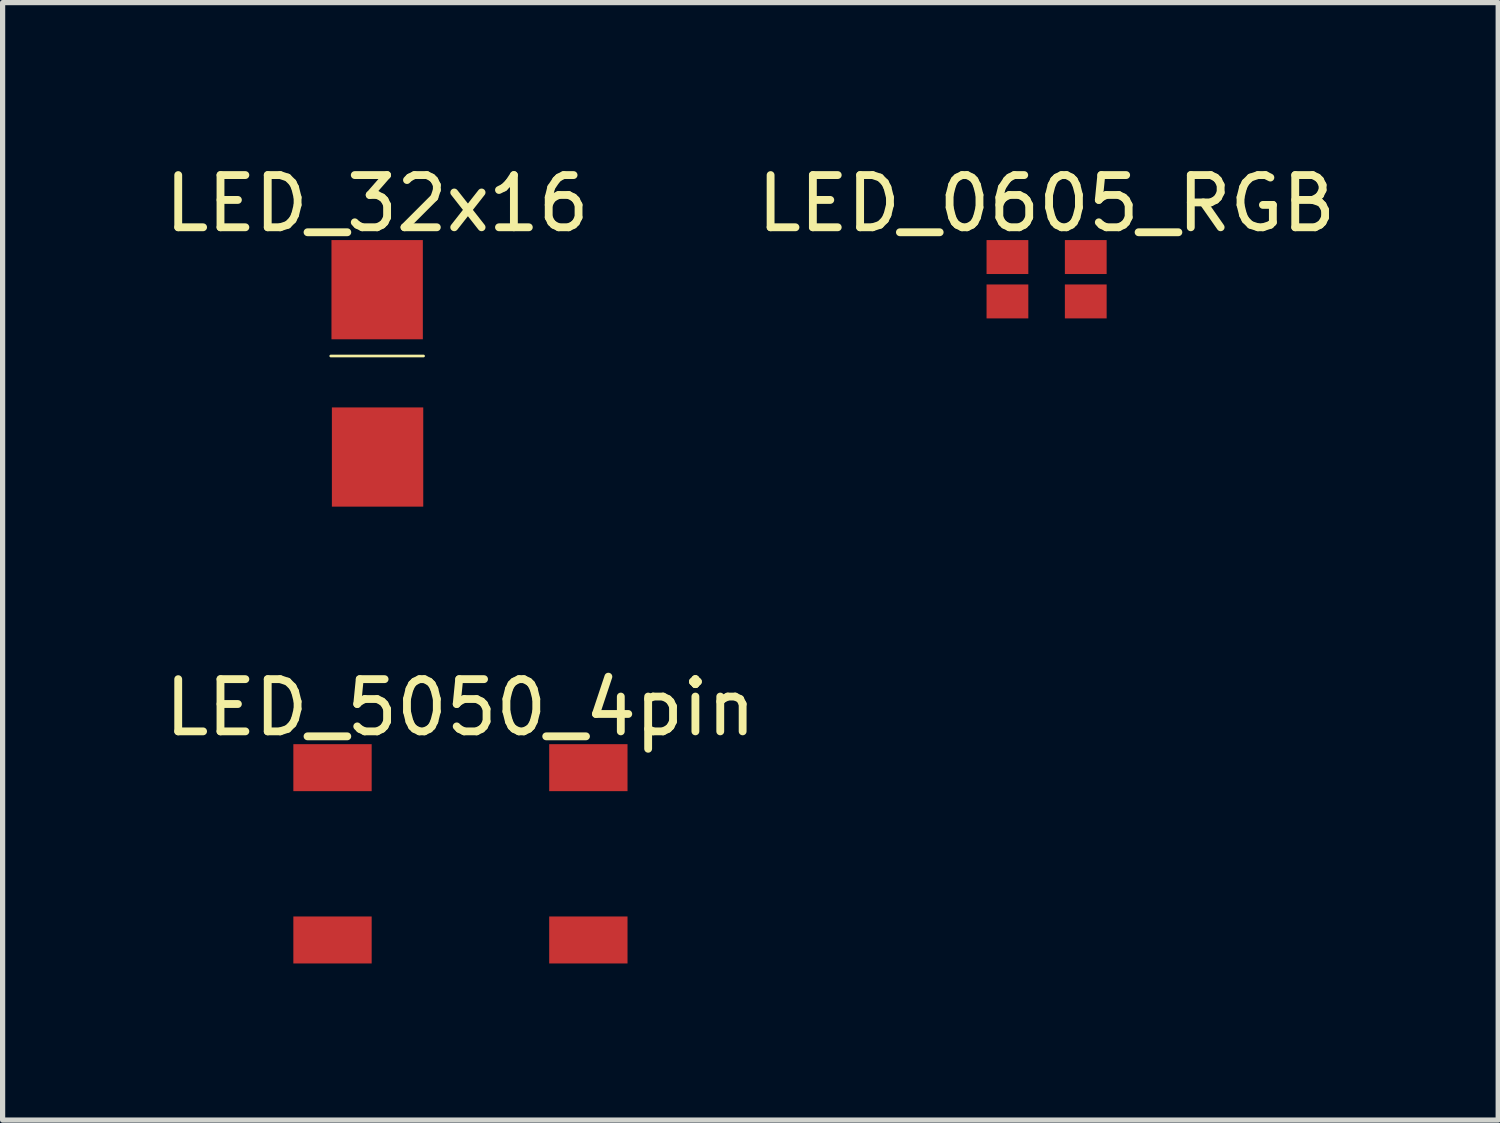
<source format=kicad_pcb>
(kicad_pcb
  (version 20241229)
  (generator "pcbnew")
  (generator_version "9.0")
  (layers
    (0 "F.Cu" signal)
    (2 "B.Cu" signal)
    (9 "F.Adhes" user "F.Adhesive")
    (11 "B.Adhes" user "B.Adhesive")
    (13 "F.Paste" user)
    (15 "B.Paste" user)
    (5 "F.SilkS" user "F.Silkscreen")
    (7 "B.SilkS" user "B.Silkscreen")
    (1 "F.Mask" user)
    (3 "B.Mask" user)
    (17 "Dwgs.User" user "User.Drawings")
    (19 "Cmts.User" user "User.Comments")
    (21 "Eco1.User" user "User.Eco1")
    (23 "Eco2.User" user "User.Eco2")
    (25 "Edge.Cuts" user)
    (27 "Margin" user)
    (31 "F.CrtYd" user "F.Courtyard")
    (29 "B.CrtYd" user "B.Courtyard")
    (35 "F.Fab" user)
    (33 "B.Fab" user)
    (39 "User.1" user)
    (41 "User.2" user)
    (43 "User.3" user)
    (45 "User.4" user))
  (footprint "LED_5050_4pin"
    (layer "F.Cu")
    (at 5.768 13.302)
    (property "Reference" "LED_5050_4pin" (at 0 -2.8 0) (layer "F.SilkS") (effects (font (size 1 1) (thickness 0.15))))
    (pad "1" smd rect (at -2.45 -1.65) (size 1.5 0.9) (layers "F.Cu" "F.Mask" "F.Paste"))
    (pad "2" smd rect (at -2.45 1.65) (size 1.5 0.9) (layers "F.Cu" "F.Mask" "F.Paste"))
    (pad "3" smd rect (at 2.45 1.65) (size 1.5 0.9) (layers "F.Cu" "F.Mask" "F.Paste"))
    (pad "4" smd rect (at 2.45 -1.65) (size 1.5 0.9) (layers "F.Cu" "F.Mask" "F.Paste")))
  (footprint "LED_32x16"
    (layer "F.Cu")
    (at 4.173 4.149)
    (property "Reference" "LED_32x16" (at 0 -3.301 0) (layer "F.SilkS") (effects (font (size 1 1) (thickness 0.15))))
    (fp_line (start -0.889 -0.381) (end 0.889 -0.381) (stroke (width 0.051) (type solid)) (layer "F.SilkS"))
    (pad "A" smd rect (at 0.008 1.554 270) (size 1.9 1.75) (layers "F.Cu" "F.Mask" "F.Paste"))
    (pad "K" smd rect (at 0 -1.651 270) (size 1.9 1.75) (layers "F.Cu" "F.Mask" "F.Paste")))
  (footprint "LED_0605_RGB"
    (layer "F.Cu")
    (at 16.994 2.298)
    (property "Reference" "LED_0605_RGB" (at 0 -1.45 0) (layer "F.SilkS") (effects (font (size 1 1) (thickness 0.15))))
    (pad "A" smd rect (at -0.75 0.425) (size 0.8 0.65) (layers "F.Cu" "F.Mask" "F.Paste"))
    (pad "K1" smd rect (at -0.75 -0.425) (size 0.8 0.65) (layers "F.Cu" "F.Mask" "F.Paste"))
    (pad "K2" smd rect (at 0.75 -0.425) (size 0.8 0.65) (layers "F.Cu" "F.Mask" "F.Paste"))
    (pad "K3" smd rect (at 0.75 0.425) (size 0.8 0.65) (layers "F.Cu" "F.Mask" "F.Paste")))
  (gr_rect
    (start -3 -3)
    (end 25.643 18.401)
    (stroke (width 0.1) (type default))
    (fill no)
    (layer "Edge.Cuts")))
</source>
